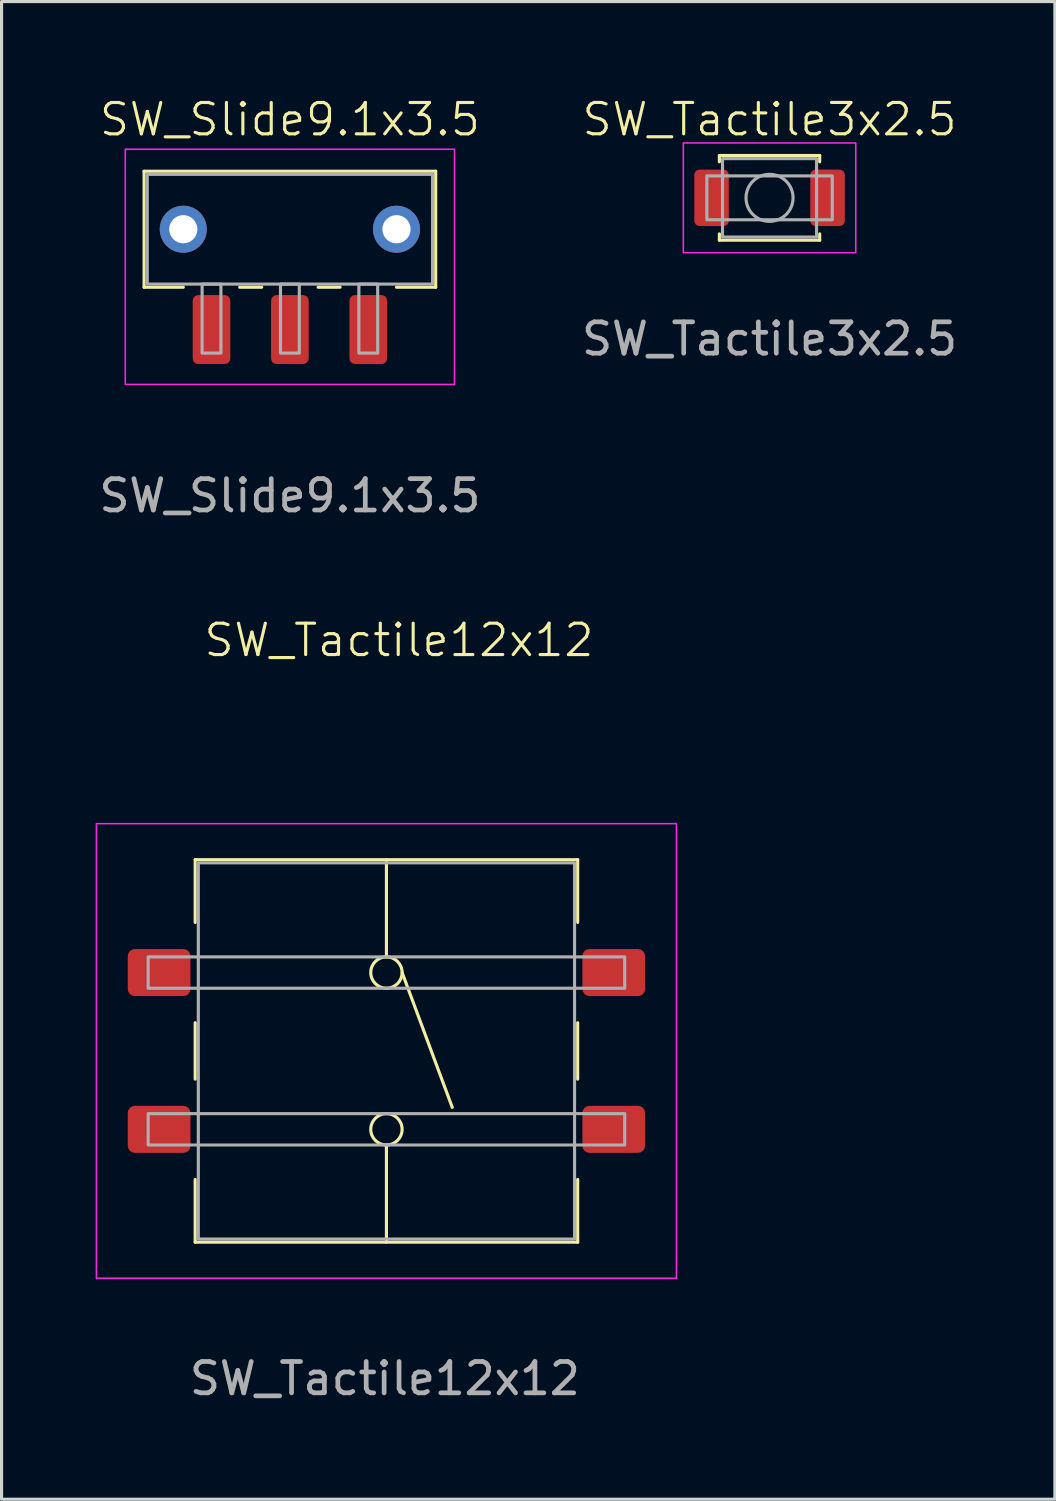
<source format=kicad_pcb>
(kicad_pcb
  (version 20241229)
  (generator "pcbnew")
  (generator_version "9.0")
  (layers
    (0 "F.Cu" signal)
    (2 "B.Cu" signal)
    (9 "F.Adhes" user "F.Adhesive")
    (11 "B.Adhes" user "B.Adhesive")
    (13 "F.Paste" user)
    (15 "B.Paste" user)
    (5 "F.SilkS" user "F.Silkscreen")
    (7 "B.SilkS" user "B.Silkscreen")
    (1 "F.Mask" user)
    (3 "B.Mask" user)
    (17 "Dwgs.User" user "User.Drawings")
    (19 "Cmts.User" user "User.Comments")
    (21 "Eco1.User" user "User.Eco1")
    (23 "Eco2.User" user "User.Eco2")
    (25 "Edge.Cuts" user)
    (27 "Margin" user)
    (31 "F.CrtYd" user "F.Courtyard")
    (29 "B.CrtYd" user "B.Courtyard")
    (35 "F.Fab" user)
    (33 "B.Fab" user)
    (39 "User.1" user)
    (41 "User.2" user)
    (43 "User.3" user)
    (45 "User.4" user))
  (footprint "SW_Tactile3x2.5"
    (layer "F.Cu")
    (at 21.494 3.26)
    (property "Reference" "SW_Tactile3x2.5" (at 0 -2.5 0) (unlocked yes) (layer "F.SilkS") (effects (font (size 1 1) (thickness 0.1))))
    (attr smd)
    (fp_line (start -1.6 -1.35) (end -1.6 -1.15) (stroke (width 0.1) (type solid)) (layer "F.SilkS"))
    (fp_line (start -1.6 -1.35) (end 1.6 -1.35) (stroke (width 0.1) (type solid)) (layer "F.SilkS"))
    (fp_line (start -1.6 1.35) (end -1.6 1.15) (stroke (width 0.1) (type solid)) (layer "F.SilkS"))
    (fp_line (start 1.6 -1.35) (end 1.6 -1.15) (stroke (width 0.1) (type solid)) (layer "F.SilkS"))
    (fp_line (start 1.6 1.35) (end -1.6 1.35) (stroke (width 0.1) (type solid)) (layer "F.SilkS"))
    (fp_line (start 1.6 1.35) (end 1.6 1.15) (stroke (width 0.1) (type solid)) (layer "F.SilkS"))
    (fp_rect (start -2.75 -1.75) (end 2.75 1.75) (stroke (width 0.05) (type solid)) (fill no) (layer "F.CrtYd"))
    (fp_rect (start -2 -0.7) (end 2 0.7) (stroke (width 0.1) (type solid)) (fill no) (layer "F.Fab"))
    (fp_rect (start -1.5 -1.25) (end 1.5 1.25) (stroke (width 0.1) (type solid)) (fill no) (layer "F.Fab"))
    (fp_circle (center 0 0) (end 0.75 0) (stroke (width 0.1) (type solid)) (fill no) (layer "F.Fab"))
    (fp_text user "${REFERENCE}" (at 0 4.5 0) (unlocked yes) (layer "F.Fab") (effects (font (size 1 1) (thickness 0.15))))
    (pad "1" smd roundrect (at -1.85 0) (size 1.1 1.8) (layers "F.Cu" "F.Mask" "F.Paste") (roundrect_rratio 0.15))
    (pad "2" smd roundrect (at 1.85 0) (size 1.1 1.8) (layers "F.Cu" "F.Mask" "F.Paste") (roundrect_rratio 0.15)))
  (footprint "SW_Slide9.1x3.5"
    (layer "F.Cu")
    (at 6.196 4.261)
    (property "Reference" "SW_Slide9.1x3.5" (at 0 -3.5 0) (unlocked yes) (layer "F.SilkS") (effects (font (size 1 1) (thickness 0.1))))
    (fp_line (start -4.65 -1.85) (end 4.65 -1.85) (stroke (width 0.1) (type solid)) (layer "F.SilkS"))
    (fp_line (start -4.65 1.85) (end -4.65 -1.85) (stroke (width 0.1) (type solid)) (layer "F.SilkS"))
    (fp_line (start -3.4 1.85) (end -4.65 1.85) (stroke (width 0.1) (type solid)) (layer "F.SilkS"))
    (fp_line (start -1.6 1.85) (end -0.9 1.85) (stroke (width 0.1) (type solid)) (layer "F.SilkS"))
    (fp_line (start 0.9 1.85) (end 1.6 1.85) (stroke (width 0.1) (type solid)) (layer "F.SilkS"))
    (fp_line (start 3.4 1.85) (end 4.65 1.85) (stroke (width 0.1) (type solid)) (layer "F.SilkS"))
    (fp_line (start 4.65 -1.85) (end 4.65 1.85) (stroke (width 0.1) (type solid)) (layer "F.SilkS"))
    (fp_rect (start -5.25 -2.55) (end 5.25 4.95) (stroke (width 0.05) (type solid)) (fill no) (layer "F.CrtYd"))
    (fp_rect (start -4.55 -1.75) (end 4.55 1.75) (stroke (width 0.1) (type solid)) (fill no) (layer "F.Fab"))
    (fp_rect (start -2.8 1.75) (end -2.2 3.95) (stroke (width 0.1) (type solid)) (fill no) (layer "F.Fab"))
    (fp_rect (start -0.3 1.75) (end 0.3 3.95) (stroke (width 0.1) (type solid)) (fill no) (layer "F.Fab"))
    (fp_rect (start 2.2 1.75) (end 2.8 3.95) (stroke (width 0.1) (type solid)) (fill no) (layer "F.Fab"))
    (fp_text user "${REFERENCE}" (at 0 8.5 0) (unlocked yes) (layer "F.Fab") (effects (font (size 1 1) (thickness 0.15))))
    (pad "1" smd roundrect (at -2.5 3.2) (size 1.2 2.2) (layers "F.Cu" "F.Mask" "F.Paste") (roundrect_rratio 0.15))
    (pad "2" smd roundrect (at 0 3.2) (size 1.2 2.2) (layers "F.Cu" "F.Mask" "F.Paste") (roundrect_rratio 0.15))
    (pad "3" smd roundrect (at 2.5 3.2) (size 1.2 2.2) (layers "F.Cu" "F.Mask" "F.Paste") (roundrect_rratio 0.15))
    (pad "4" thru_hole circle (at -3.4 0) (size 1.5 1.5) (drill 0.9) (layers "*.Cu" "*.Mask"))
    (pad "5" thru_hole circle (at 3.4 0) (size 1.5 1.5) (drill 0.9) (layers "*.Cu" "*.Mask")))
  (footprint "SW_Tactile12x12"
    (layer "F.Cu")
    (at 9.275 30.469)
    (property "Reference" "SW_Tactile12x12" (at 0.4 -13.1 0) (unlocked yes) (layer "F.SilkS") (effects (font (size 1 1) (thickness 0.1))))
    (attr smd)
    (fp_line (start -6.1 -6.1) (end -6.1 -4.1) (stroke (width 0.1) (type solid)) (layer "F.SilkS"))
    (fp_line (start -6.1 -6.1) (end 6.1 -6.1) (stroke (width 0.1) (type solid)) (layer "F.SilkS"))
    (fp_line (start -6.1 -0.9) (end -6.1 0.9) (stroke (width 0.1) (type solid)) (layer "F.SilkS"))
    (fp_line (start -6.1 6.1) (end -6.1 4.1) (stroke (width 0.1) (type solid)) (layer "F.SilkS"))
    (fp_line (start 0 -6.1) (end 0 -3) (stroke (width 0.1) (type default)) (layer "F.SilkS"))
    (fp_line (start 0 3) (end 0 6.1) (stroke (width 0.1) (type default)) (layer "F.SilkS"))
    (fp_line (start 0.5 -2.5) (end 2.1 1.8) (stroke (width 0.1) (type default)) (layer "F.SilkS"))
    (fp_line (start 6.1 -6.1) (end 6.1 -4.1) (stroke (width 0.1) (type solid)) (layer "F.SilkS"))
    (fp_line (start 6.1 -0.9) (end 6.1 0.9) (stroke (width 0.1) (type solid)) (layer "F.SilkS"))
    (fp_line (start 6.1 6.1) (end -6.1 6.1) (stroke (width 0.1) (type solid)) (layer "F.SilkS"))
    (fp_line (start 6.1 6.1) (end 6.1 4.1) (stroke (width 0.1) (type solid)) (layer "F.SilkS"))
    (fp_circle (center 0 -2.5) (end 0.5 -2.5) (stroke (width 0.1) (type solid)) (fill no) (layer "F.SilkS"))
    (fp_circle (center 0 2.5) (end 0.5 2.5) (stroke (width 0.1) (type solid)) (fill no) (layer "F.SilkS"))
    (fp_rect (start -9.25 -7.25) (end 9.25 7.25) (stroke (width 0.05) (type solid)) (fill no) (layer "F.CrtYd"))
    (fp_rect (start -7.6 -3) (end 7.6 -2) (stroke (width 0.1) (type solid)) (fill no) (layer "F.Fab"))
    (fp_rect (start -7.6 2) (end 7.6 3) (stroke (width 0.1) (type solid)) (fill no) (layer "F.Fab"))
    (fp_rect (start -6 -6) (end 6 6) (stroke (width 0.1) (type solid)) (fill no) (layer "F.Fab"))
    (fp_text user "${REFERENCE}" (at -0.05 10.45 0) (unlocked yes) (layer "F.Fab") (effects (font (size 1 1) (thickness 0.15))))
    (pad "1" smd roundrect (at -7.25 -2.5) (size 2 1.5) (layers "F.Cu" "F.Mask" "F.Paste") (roundrect_rratio 0.15))
    (pad "2" smd roundrect (at 7.25 -2.5) (size 2 1.5) (layers "F.Cu" "F.Mask" "F.Paste") (roundrect_rratio 0.15))
    (pad "3" smd roundrect (at -7.25 2.5) (size 2 1.5) (layers "F.Cu" "F.Mask" "F.Paste") (roundrect_rratio 0.15))
    (pad "4" smd roundrect (at 7.25 2.5) (size 2 1.5) (layers "F.Cu" "F.Mask" "F.Paste") (roundrect_rratio 0.15)))
  (gr_rect
    (start -3 -3)
    (end 30.595 44.767)
    (stroke (width 0.1) (type default))
    (fill no)
    (layer "Edge.Cuts")))
</source>
